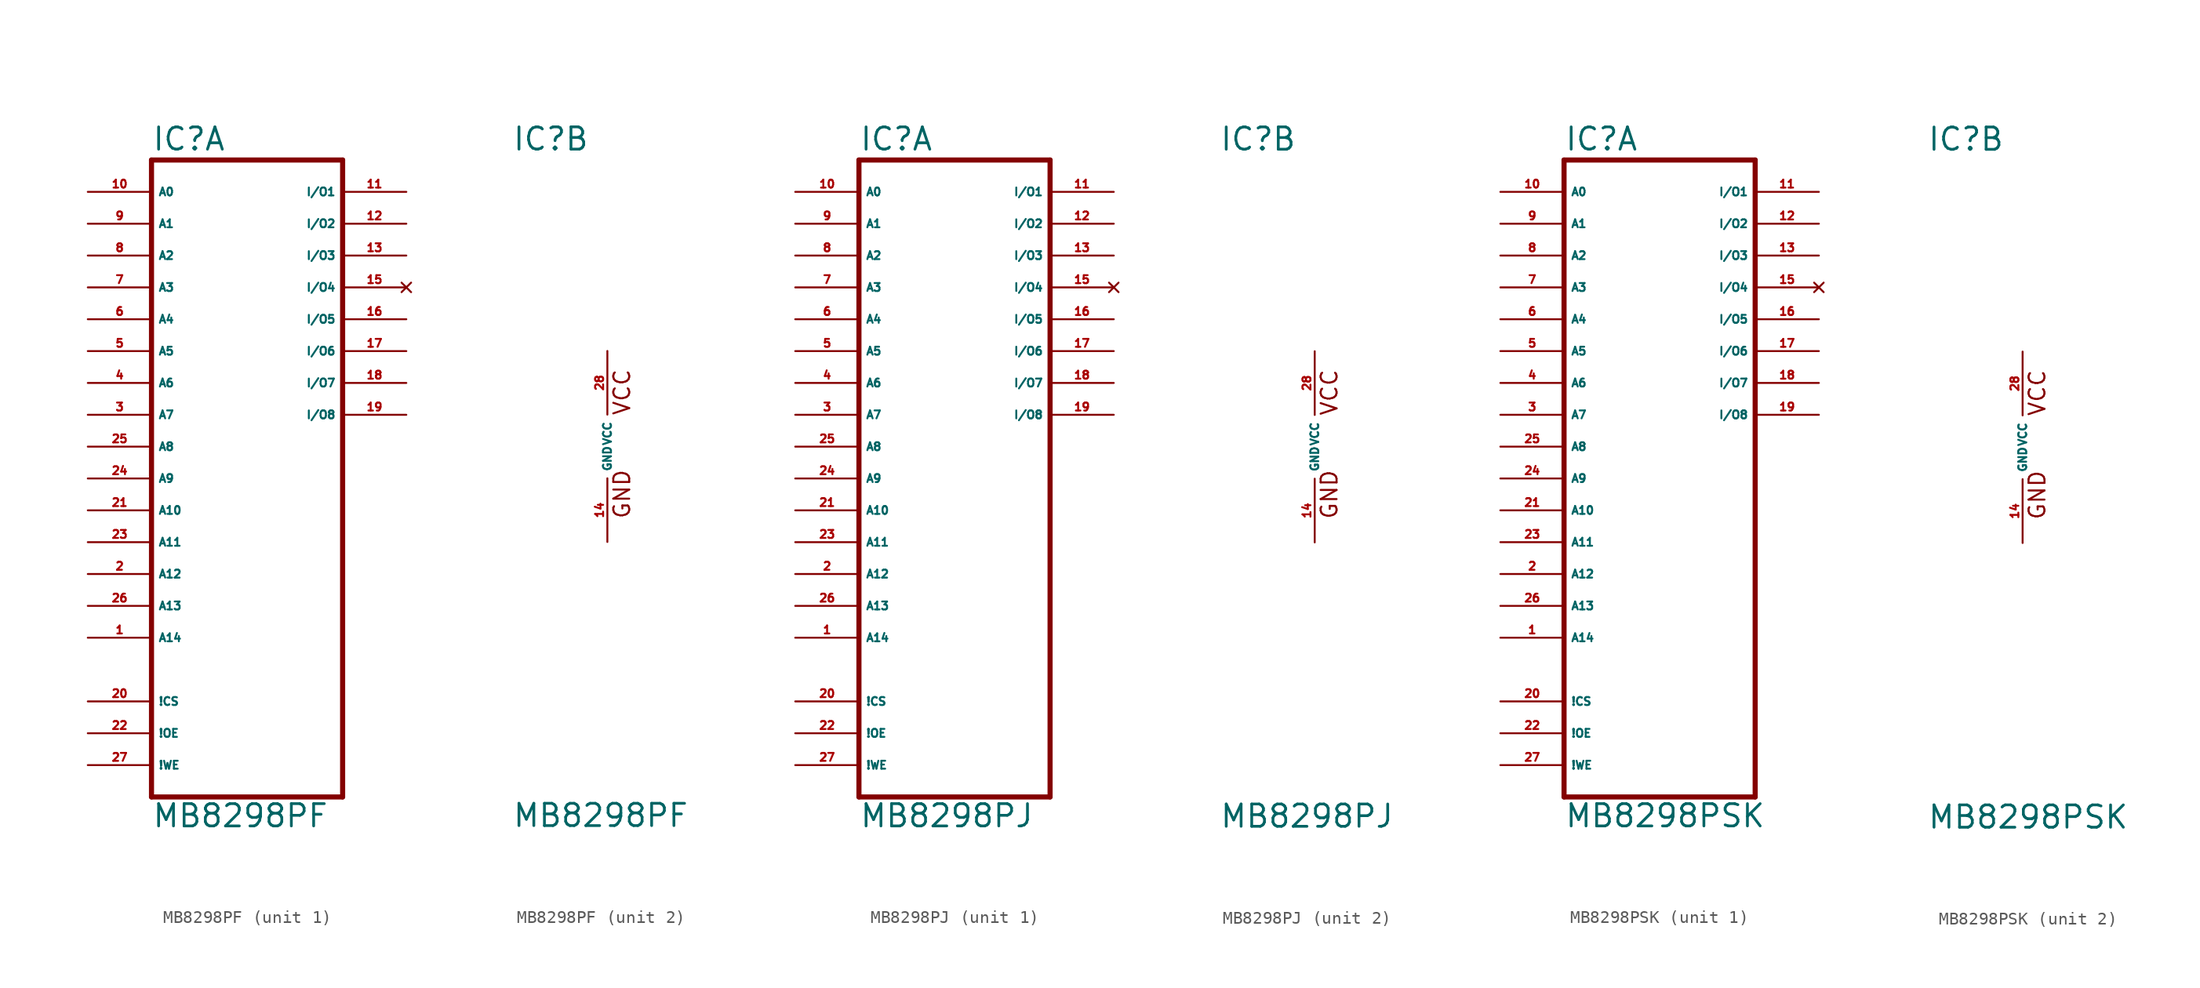
<source format=kicad_sym>
(kicad_symbol_lib
  (version 20220914)
  (generator Eagle2Kicad)
  (symbol "MB8298PF"
    (property "Reference" "IC"
      (at -7.62 23.495 0)
      (effects (font (size 1.778 1.778) (thickness 0.22)) (justify left bottom)))
    (property "Value" "MB8298PF"
      (at -7.62 -30.48 0)
      (effects (font (size 1.778 1.778) (thickness 0.22)) (justify left bottom)))
    (symbol "MB8298PF_1_0"
      (polyline (pts (xy -7.62 -27.94) (xy -7.62 22.86)) (stroke (width 0.406) (type default)) (fill (type none)))
      (polyline (pts (xy -7.62 22.86) (xy 7.62 22.86)) (stroke (width 0.406) (type default)) (fill (type none)))
      (polyline (pts (xy 7.62 22.86) (xy 7.62 -27.94)) (stroke (width 0.406) (type default)) (fill (type none)))
      (polyline (pts (xy 7.62 -27.94) (xy -7.62 -27.94)) (stroke (width 0.406) (type default)) (fill (type none)))
      (pin input line (at -12.7 20.32 0) (length 5.08) (name "A0" (effects (font (size 0.635 0.635) (thickness 0.08)) (justify left bottom))) (number "10" (effects (font (size 0.635 0.635) (thickness 0.08)) (justify left bottom))))
      (pin input line (at -12.7 17.78 0) (length 5.08) (name "A1" (effects (font (size 0.635 0.635) (thickness 0.08)) (justify left bottom))) (number "9" (effects (font (size 0.635 0.635) (thickness 0.08)) (justify left bottom))))
      (pin input line (at -12.7 15.24 0) (length 5.08) (name "A2" (effects (font (size 0.635 0.635) (thickness 0.08)) (justify left bottom))) (number "8" (effects (font (size 0.635 0.635) (thickness 0.08)) (justify left bottom))))
      (pin input line (at -12.7 12.7 0) (length 5.08) (name "A3" (effects (font (size 0.635 0.635) (thickness 0.08)) (justify left bottom))) (number "7" (effects (font (size 0.635 0.635) (thickness 0.08)) (justify left bottom))))
      (pin input line (at -12.7 10.16 0) (length 5.08) (name "A4" (effects (font (size 0.635 0.635) (thickness 0.08)) (justify left bottom))) (number "6" (effects (font (size 0.635 0.635) (thickness 0.08)) (justify left bottom))))
      (pin input line (at -12.7 5.08 0) (length 5.08) (name "A6" (effects (font (size 0.635 0.635) (thickness 0.08)) (justify left bottom))) (number "4" (effects (font (size 0.635 0.635) (thickness 0.08)) (justify left bottom))))
      (pin input line (at -12.7 7.62 0) (length 5.08) (name "A5" (effects (font (size 0.635 0.635) (thickness 0.08)) (justify left bottom))) (number "5" (effects (font (size 0.635 0.635) (thickness 0.08)) (justify left bottom))))
      (pin input line (at -12.7 2.54 0) (length 5.08) (name "A7" (effects (font (size 0.635 0.635) (thickness 0.08)) (justify left bottom))) (number "3" (effects (font (size 0.635 0.635) (thickness 0.08)) (justify left bottom))))
      (pin input line (at -12.7 0 0) (length 5.08) (name "A8" (effects (font (size 0.635 0.635) (thickness 0.08)) (justify left bottom))) (number "25" (effects (font (size 0.635 0.635) (thickness 0.08)) (justify left bottom))))
      (pin input line (at -12.7 -2.54 0) (length 5.08) (name "A9" (effects (font (size 0.635 0.635) (thickness 0.08)) (justify left bottom))) (number "24" (effects (font (size 0.635 0.635) (thickness 0.08)) (justify left bottom))))
      (pin input line (at -12.7 -5.08 0) (length 5.08) (name "A10" (effects (font (size 0.635 0.635) (thickness 0.08)) (justify left bottom))) (number "21" (effects (font (size 0.635 0.635) (thickness 0.08)) (justify left bottom))))
      (pin input line (at -12.7 -7.62 0) (length 5.08) (name "A11" (effects (font (size 0.635 0.635) (thickness 0.08)) (justify left bottom))) (number "23" (effects (font (size 0.635 0.635) (thickness 0.08)) (justify left bottom))))
      (pin bidirectional line (at 12.7 20.32 180) (length 5.08) (name "I/O1" (effects (font (size 0.635 0.635) (thickness 0.08)) (justify left bottom))) (number "11" (effects (font (size 0.635 0.635) (thickness 0.08)) (justify left bottom))))
      (pin bidirectional line (at 12.7 17.78 180) (length 5.08) (name "I/O2" (effects (font (size 0.635 0.635) (thickness 0.08)) (justify left bottom))) (number "12" (effects (font (size 0.635 0.635) (thickness 0.08)) (justify left bottom))))
      (pin bidirectional line (at 12.7 15.24 180) (length 5.08) (name "I/O3" (effects (font (size 0.635 0.635) (thickness 0.08)) (justify left bottom))) (number "13" (effects (font (size 0.635 0.635) (thickness 0.08)) (justify left bottom))))
      (pin no_connect line (at 12.7 12.7 180) (length 5.08) (name "I/O4" (effects (font (size 0.635 0.635) (thickness 0.08)) (justify left bottom) hide)) (number "15" (effects (font (size 0.635 0.635) (thickness 0.08)) (justify left bottom) hide)))
      (pin input line (at -12.7 -20.32 0) (length 5.08) (name "!CS" (effects (font (size 0.635 0.635) (thickness 0.08)) (justify left bottom))) (number "20" (effects (font (size 0.635 0.635) (thickness 0.08)) (justify left bottom))))
      (pin input line (at -12.7 -25.4 0) (length 5.08) (name "!WE" (effects (font (size 0.635 0.635) (thickness 0.08)) (justify left bottom))) (number "27" (effects (font (size 0.635 0.635) (thickness 0.08)) (justify left bottom))))
      (pin input line (at -12.7 -10.16 0) (length 5.08) (name "A12" (effects (font (size 0.635 0.635) (thickness 0.08)) (justify left bottom))) (number "2" (effects (font (size 0.635 0.635) (thickness 0.08)) (justify left bottom))))
      (pin input line (at -12.7 -22.86 0) (length 5.08) (name "!OE" (effects (font (size 0.635 0.635) (thickness 0.08)) (justify left bottom))) (number "22" (effects (font (size 0.635 0.635) (thickness 0.08)) (justify left bottom))))
      (pin bidirectional line (at 12.7 10.16 180) (length 5.08) (name "I/O5" (effects (font (size 0.635 0.635) (thickness 0.08)) (justify left bottom))) (number "16" (effects (font (size 0.635 0.635) (thickness 0.08)) (justify left bottom))))
      (pin bidirectional line (at 12.7 7.62 180) (length 5.08) (name "I/O6" (effects (font (size 0.635 0.635) (thickness 0.08)) (justify left bottom))) (number "17" (effects (font (size 0.635 0.635) (thickness 0.08)) (justify left bottom))))
      (pin bidirectional line (at 12.7 5.08 180) (length 5.08) (name "I/O7" (effects (font (size 0.635 0.635) (thickness 0.08)) (justify left bottom))) (number "18" (effects (font (size 0.635 0.635) (thickness 0.08)) (justify left bottom))))
      (pin bidirectional line (at 12.7 2.54 180) (length 5.08) (name "I/O8" (effects (font (size 0.635 0.635) (thickness 0.08)) (justify left bottom))) (number "19" (effects (font (size 0.635 0.635) (thickness 0.08)) (justify left bottom))))
      (pin input line (at -12.7 -15.24 0) (length 5.08) (name "A14" (effects (font (size 0.635 0.635) (thickness 0.08)) (justify left bottom))) (number "1" (effects (font (size 0.635 0.635) (thickness 0.08)) (justify left bottom))))
      (pin input line (at -12.7 -12.7 0) (length 5.08) (name "A13" (effects (font (size 0.635 0.635) (thickness 0.08)) (justify left bottom))) (number "26" (effects (font (size 0.635 0.635) (thickness 0.08)) (justify left bottom)))))
    (symbol "MB8298PF_2_0"
      (text "VCC" (at 1.905 2.413 900) (effects (font (size 1.27 1.27) (thickness 0.16)) (justify left bottom)))
      (text "GND" (at 1.905 -5.842 900) (effects (font (size 1.27 1.27) (thickness 0.16)) (justify left bottom)))
      (pin unspecified line (at 0 -7.62 90) (length 5.08) (name "GND" (effects (font (size 0.635 0.635) (thickness 0.08)) (justify left bottom))) (number "14" (effects (font (size 0.635 0.635) (thickness 0.08)) (justify left bottom))))
      (pin unspecified line (at 0 7.62 270) (length 5.08) (name "VCC" (effects (font (size 0.635 0.635) (thickness 0.08)) (justify left bottom))) (number "28" (effects (font (size 0.635 0.635) (thickness 0.08)) (justify left bottom))))))
  (symbol "MB8298PJ"
    (property "Reference" "IC"
      (at -7.62 23.495 0)
      (effects (font (size 1.778 1.778) (thickness 0.22)) (justify left bottom)))
    (property "Value" "MB8298PJ"
      (at -7.62 -30.48 0)
      (effects (font (size 1.778 1.778) (thickness 0.22)) (justify left bottom)))
    (symbol "MB8298PJ_1_0"
      (polyline (pts (xy -7.62 -27.94) (xy -7.62 22.86)) (stroke (width 0.406) (type default)) (fill (type none)))
      (polyline (pts (xy -7.62 22.86) (xy 7.62 22.86)) (stroke (width 0.406) (type default)) (fill (type none)))
      (polyline (pts (xy 7.62 22.86) (xy 7.62 -27.94)) (stroke (width 0.406) (type default)) (fill (type none)))
      (polyline (pts (xy 7.62 -27.94) (xy -7.62 -27.94)) (stroke (width 0.406) (type default)) (fill (type none)))
      (pin input line (at -12.7 20.32 0) (length 5.08) (name "A0" (effects (font (size 0.635 0.635) (thickness 0.08)) (justify left bottom))) (number "10" (effects (font (size 0.635 0.635) (thickness 0.08)) (justify left bottom))))
      (pin input line (at -12.7 17.78 0) (length 5.08) (name "A1" (effects (font (size 0.635 0.635) (thickness 0.08)) (justify left bottom))) (number "9" (effects (font (size 0.635 0.635) (thickness 0.08)) (justify left bottom))))
      (pin input line (at -12.7 15.24 0) (length 5.08) (name "A2" (effects (font (size 0.635 0.635) (thickness 0.08)) (justify left bottom))) (number "8" (effects (font (size 0.635 0.635) (thickness 0.08)) (justify left bottom))))
      (pin input line (at -12.7 12.7 0) (length 5.08) (name "A3" (effects (font (size 0.635 0.635) (thickness 0.08)) (justify left bottom))) (number "7" (effects (font (size 0.635 0.635) (thickness 0.08)) (justify left bottom))))
      (pin input line (at -12.7 10.16 0) (length 5.08) (name "A4" (effects (font (size 0.635 0.635) (thickness 0.08)) (justify left bottom))) (number "6" (effects (font (size 0.635 0.635) (thickness 0.08)) (justify left bottom))))
      (pin input line (at -12.7 5.08 0) (length 5.08) (name "A6" (effects (font (size 0.635 0.635) (thickness 0.08)) (justify left bottom))) (number "4" (effects (font (size 0.635 0.635) (thickness 0.08)) (justify left bottom))))
      (pin input line (at -12.7 7.62 0) (length 5.08) (name "A5" (effects (font (size 0.635 0.635) (thickness 0.08)) (justify left bottom))) (number "5" (effects (font (size 0.635 0.635) (thickness 0.08)) (justify left bottom))))
      (pin input line (at -12.7 2.54 0) (length 5.08) (name "A7" (effects (font (size 0.635 0.635) (thickness 0.08)) (justify left bottom))) (number "3" (effects (font (size 0.635 0.635) (thickness 0.08)) (justify left bottom))))
      (pin input line (at -12.7 0 0) (length 5.08) (name "A8" (effects (font (size 0.635 0.635) (thickness 0.08)) (justify left bottom))) (number "25" (effects (font (size 0.635 0.635) (thickness 0.08)) (justify left bottom))))
      (pin input line (at -12.7 -2.54 0) (length 5.08) (name "A9" (effects (font (size 0.635 0.635) (thickness 0.08)) (justify left bottom))) (number "24" (effects (font (size 0.635 0.635) (thickness 0.08)) (justify left bottom))))
      (pin input line (at -12.7 -5.08 0) (length 5.08) (name "A10" (effects (font (size 0.635 0.635) (thickness 0.08)) (justify left bottom))) (number "21" (effects (font (size 0.635 0.635) (thickness 0.08)) (justify left bottom))))
      (pin input line (at -12.7 -7.62 0) (length 5.08) (name "A11" (effects (font (size 0.635 0.635) (thickness 0.08)) (justify left bottom))) (number "23" (effects (font (size 0.635 0.635) (thickness 0.08)) (justify left bottom))))
      (pin bidirectional line (at 12.7 20.32 180) (length 5.08) (name "I/O1" (effects (font (size 0.635 0.635) (thickness 0.08)) (justify left bottom))) (number "11" (effects (font (size 0.635 0.635) (thickness 0.08)) (justify left bottom))))
      (pin bidirectional line (at 12.7 17.78 180) (length 5.08) (name "I/O2" (effects (font (size 0.635 0.635) (thickness 0.08)) (justify left bottom))) (number "12" (effects (font (size 0.635 0.635) (thickness 0.08)) (justify left bottom))))
      (pin bidirectional line (at 12.7 15.24 180) (length 5.08) (name "I/O3" (effects (font (size 0.635 0.635) (thickness 0.08)) (justify left bottom))) (number "13" (effects (font (size 0.635 0.635) (thickness 0.08)) (justify left bottom))))
      (pin no_connect line (at 12.7 12.7 180) (length 5.08) (name "I/O4" (effects (font (size 0.635 0.635) (thickness 0.08)) (justify left bottom) hide)) (number "15" (effects (font (size 0.635 0.635) (thickness 0.08)) (justify left bottom) hide)))
      (pin input line (at -12.7 -20.32 0) (length 5.08) (name "!CS" (effects (font (size 0.635 0.635) (thickness 0.08)) (justify left bottom))) (number "20" (effects (font (size 0.635 0.635) (thickness 0.08)) (justify left bottom))))
      (pin input line (at -12.7 -25.4 0) (length 5.08) (name "!WE" (effects (font (size 0.635 0.635) (thickness 0.08)) (justify left bottom))) (number "27" (effects (font (size 0.635 0.635) (thickness 0.08)) (justify left bottom))))
      (pin input line (at -12.7 -10.16 0) (length 5.08) (name "A12" (effects (font (size 0.635 0.635) (thickness 0.08)) (justify left bottom))) (number "2" (effects (font (size 0.635 0.635) (thickness 0.08)) (justify left bottom))))
      (pin input line (at -12.7 -22.86 0) (length 5.08) (name "!OE" (effects (font (size 0.635 0.635) (thickness 0.08)) (justify left bottom))) (number "22" (effects (font (size 0.635 0.635) (thickness 0.08)) (justify left bottom))))
      (pin bidirectional line (at 12.7 10.16 180) (length 5.08) (name "I/O5" (effects (font (size 0.635 0.635) (thickness 0.08)) (justify left bottom))) (number "16" (effects (font (size 0.635 0.635) (thickness 0.08)) (justify left bottom))))
      (pin bidirectional line (at 12.7 7.62 180) (length 5.08) (name "I/O6" (effects (font (size 0.635 0.635) (thickness 0.08)) (justify left bottom))) (number "17" (effects (font (size 0.635 0.635) (thickness 0.08)) (justify left bottom))))
      (pin bidirectional line (at 12.7 5.08 180) (length 5.08) (name "I/O7" (effects (font (size 0.635 0.635) (thickness 0.08)) (justify left bottom))) (number "18" (effects (font (size 0.635 0.635) (thickness 0.08)) (justify left bottom))))
      (pin bidirectional line (at 12.7 2.54 180) (length 5.08) (name "I/O8" (effects (font (size 0.635 0.635) (thickness 0.08)) (justify left bottom))) (number "19" (effects (font (size 0.635 0.635) (thickness 0.08)) (justify left bottom))))
      (pin input line (at -12.7 -15.24 0) (length 5.08) (name "A14" (effects (font (size 0.635 0.635) (thickness 0.08)) (justify left bottom))) (number "1" (effects (font (size 0.635 0.635) (thickness 0.08)) (justify left bottom))))
      (pin input line (at -12.7 -12.7 0) (length 5.08) (name "A13" (effects (font (size 0.635 0.635) (thickness 0.08)) (justify left bottom))) (number "26" (effects (font (size 0.635 0.635) (thickness 0.08)) (justify left bottom)))))
    (symbol "MB8298PJ_2_0"
      (text "VCC" (at 1.905 2.413 900) (effects (font (size 1.27 1.27) (thickness 0.16)) (justify left bottom)))
      (text "GND" (at 1.905 -5.842 900) (effects (font (size 1.27 1.27) (thickness 0.16)) (justify left bottom)))
      (pin unspecified line (at 0 -7.62 90) (length 5.08) (name "GND" (effects (font (size 0.635 0.635) (thickness 0.08)) (justify left bottom))) (number "14" (effects (font (size 0.635 0.635) (thickness 0.08)) (justify left bottom))))
      (pin unspecified line (at 0 7.62 270) (length 5.08) (name "VCC" (effects (font (size 0.635 0.635) (thickness 0.08)) (justify left bottom))) (number "28" (effects (font (size 0.635 0.635) (thickness 0.08)) (justify left bottom))))))
  (symbol "MB8298PSK"
    (property "Reference" "IC"
      (at -7.62 23.495 0)
      (effects (font (size 1.778 1.778) (thickness 0.22)) (justify left bottom)))
    (property "Value" "MB8298PSK"
      (at -7.62 -30.48 0)
      (effects (font (size 1.778 1.778) (thickness 0.22)) (justify left bottom)))
    (symbol "MB8298PSK_1_0"
      (polyline (pts (xy -7.62 -27.94) (xy -7.62 22.86)) (stroke (width 0.406) (type default)) (fill (type none)))
      (polyline (pts (xy -7.62 22.86) (xy 7.62 22.86)) (stroke (width 0.406) (type default)) (fill (type none)))
      (polyline (pts (xy 7.62 22.86) (xy 7.62 -27.94)) (stroke (width 0.406) (type default)) (fill (type none)))
      (polyline (pts (xy 7.62 -27.94) (xy -7.62 -27.94)) (stroke (width 0.406) (type default)) (fill (type none)))
      (pin input line (at -12.7 20.32 0) (length 5.08) (name "A0" (effects (font (size 0.635 0.635) (thickness 0.08)) (justify left bottom))) (number "10" (effects (font (size 0.635 0.635) (thickness 0.08)) (justify left bottom))))
      (pin input line (at -12.7 17.78 0) (length 5.08) (name "A1" (effects (font (size 0.635 0.635) (thickness 0.08)) (justify left bottom))) (number "9" (effects (font (size 0.635 0.635) (thickness 0.08)) (justify left bottom))))
      (pin input line (at -12.7 15.24 0) (length 5.08) (name "A2" (effects (font (size 0.635 0.635) (thickness 0.08)) (justify left bottom))) (number "8" (effects (font (size 0.635 0.635) (thickness 0.08)) (justify left bottom))))
      (pin input line (at -12.7 12.7 0) (length 5.08) (name "A3" (effects (font (size 0.635 0.635) (thickness 0.08)) (justify left bottom))) (number "7" (effects (font (size 0.635 0.635) (thickness 0.08)) (justify left bottom))))
      (pin input line (at -12.7 10.16 0) (length 5.08) (name "A4" (effects (font (size 0.635 0.635) (thickness 0.08)) (justify left bottom))) (number "6" (effects (font (size 0.635 0.635) (thickness 0.08)) (justify left bottom))))
      (pin input line (at -12.7 5.08 0) (length 5.08) (name "A6" (effects (font (size 0.635 0.635) (thickness 0.08)) (justify left bottom))) (number "4" (effects (font (size 0.635 0.635) (thickness 0.08)) (justify left bottom))))
      (pin input line (at -12.7 7.62 0) (length 5.08) (name "A5" (effects (font (size 0.635 0.635) (thickness 0.08)) (justify left bottom))) (number "5" (effects (font (size 0.635 0.635) (thickness 0.08)) (justify left bottom))))
      (pin input line (at -12.7 2.54 0) (length 5.08) (name "A7" (effects (font (size 0.635 0.635) (thickness 0.08)) (justify left bottom))) (number "3" (effects (font (size 0.635 0.635) (thickness 0.08)) (justify left bottom))))
      (pin input line (at -12.7 0 0) (length 5.08) (name "A8" (effects (font (size 0.635 0.635) (thickness 0.08)) (justify left bottom))) (number "25" (effects (font (size 0.635 0.635) (thickness 0.08)) (justify left bottom))))
      (pin input line (at -12.7 -2.54 0) (length 5.08) (name "A9" (effects (font (size 0.635 0.635) (thickness 0.08)) (justify left bottom))) (number "24" (effects (font (size 0.635 0.635) (thickness 0.08)) (justify left bottom))))
      (pin input line (at -12.7 -5.08 0) (length 5.08) (name "A10" (effects (font (size 0.635 0.635) (thickness 0.08)) (justify left bottom))) (number "21" (effects (font (size 0.635 0.635) (thickness 0.08)) (justify left bottom))))
      (pin input line (at -12.7 -7.62 0) (length 5.08) (name "A11" (effects (font (size 0.635 0.635) (thickness 0.08)) (justify left bottom))) (number "23" (effects (font (size 0.635 0.635) (thickness 0.08)) (justify left bottom))))
      (pin bidirectional line (at 12.7 20.32 180) (length 5.08) (name "I/O1" (effects (font (size 0.635 0.635) (thickness 0.08)) (justify left bottom))) (number "11" (effects (font (size 0.635 0.635) (thickness 0.08)) (justify left bottom))))
      (pin bidirectional line (at 12.7 17.78 180) (length 5.08) (name "I/O2" (effects (font (size 0.635 0.635) (thickness 0.08)) (justify left bottom))) (number "12" (effects (font (size 0.635 0.635) (thickness 0.08)) (justify left bottom))))
      (pin bidirectional line (at 12.7 15.24 180) (length 5.08) (name "I/O3" (effects (font (size 0.635 0.635) (thickness 0.08)) (justify left bottom))) (number "13" (effects (font (size 0.635 0.635) (thickness 0.08)) (justify left bottom))))
      (pin no_connect line (at 12.7 12.7 180) (length 5.08) (name "I/O4" (effects (font (size 0.635 0.635) (thickness 0.08)) (justify left bottom) hide)) (number "15" (effects (font (size 0.635 0.635) (thickness 0.08)) (justify left bottom) hide)))
      (pin input line (at -12.7 -20.32 0) (length 5.08) (name "!CS" (effects (font (size 0.635 0.635) (thickness 0.08)) (justify left bottom))) (number "20" (effects (font (size 0.635 0.635) (thickness 0.08)) (justify left bottom))))
      (pin input line (at -12.7 -25.4 0) (length 5.08) (name "!WE" (effects (font (size 0.635 0.635) (thickness 0.08)) (justify left bottom))) (number "27" (effects (font (size 0.635 0.635) (thickness 0.08)) (justify left bottom))))
      (pin input line (at -12.7 -10.16 0) (length 5.08) (name "A12" (effects (font (size 0.635 0.635) (thickness 0.08)) (justify left bottom))) (number "2" (effects (font (size 0.635 0.635) (thickness 0.08)) (justify left bottom))))
      (pin input line (at -12.7 -22.86 0) (length 5.08) (name "!OE" (effects (font (size 0.635 0.635) (thickness 0.08)) (justify left bottom))) (number "22" (effects (font (size 0.635 0.635) (thickness 0.08)) (justify left bottom))))
      (pin bidirectional line (at 12.7 10.16 180) (length 5.08) (name "I/O5" (effects (font (size 0.635 0.635) (thickness 0.08)) (justify left bottom))) (number "16" (effects (font (size 0.635 0.635) (thickness 0.08)) (justify left bottom))))
      (pin bidirectional line (at 12.7 7.62 180) (length 5.08) (name "I/O6" (effects (font (size 0.635 0.635) (thickness 0.08)) (justify left bottom))) (number "17" (effects (font (size 0.635 0.635) (thickness 0.08)) (justify left bottom))))
      (pin bidirectional line (at 12.7 5.08 180) (length 5.08) (name "I/O7" (effects (font (size 0.635 0.635) (thickness 0.08)) (justify left bottom))) (number "18" (effects (font (size 0.635 0.635) (thickness 0.08)) (justify left bottom))))
      (pin bidirectional line (at 12.7 2.54 180) (length 5.08) (name "I/O8" (effects (font (size 0.635 0.635) (thickness 0.08)) (justify left bottom))) (number "19" (effects (font (size 0.635 0.635) (thickness 0.08)) (justify left bottom))))
      (pin input line (at -12.7 -15.24 0) (length 5.08) (name "A14" (effects (font (size 0.635 0.635) (thickness 0.08)) (justify left bottom))) (number "1" (effects (font (size 0.635 0.635) (thickness 0.08)) (justify left bottom))))
      (pin input line (at -12.7 -12.7 0) (length 5.08) (name "A13" (effects (font (size 0.635 0.635) (thickness 0.08)) (justify left bottom))) (number "26" (effects (font (size 0.635 0.635) (thickness 0.08)) (justify left bottom)))))
    (symbol "MB8298PSK_2_0"
      (text "VCC" (at 1.905 2.413 900) (effects (font (size 1.27 1.27) (thickness 0.16)) (justify left bottom)))
      (text "GND" (at 1.905 -5.842 900) (effects (font (size 1.27 1.27) (thickness 0.16)) (justify left bottom)))
      (pin unspecified line (at 0 -7.62 90) (length 5.08) (name "GND" (effects (font (size 0.635 0.635) (thickness 0.08)) (justify left bottom))) (number "14" (effects (font (size 0.635 0.635) (thickness 0.08)) (justify left bottom))))
      (pin unspecified line (at 0 7.62 270) (length 5.08) (name "VCC" (effects (font (size 0.635 0.635) (thickness 0.08)) (justify left bottom))) (number "28" (effects (font (size 0.635 0.635) (thickness 0.08)) (justify left bottom)))))))
</source>
